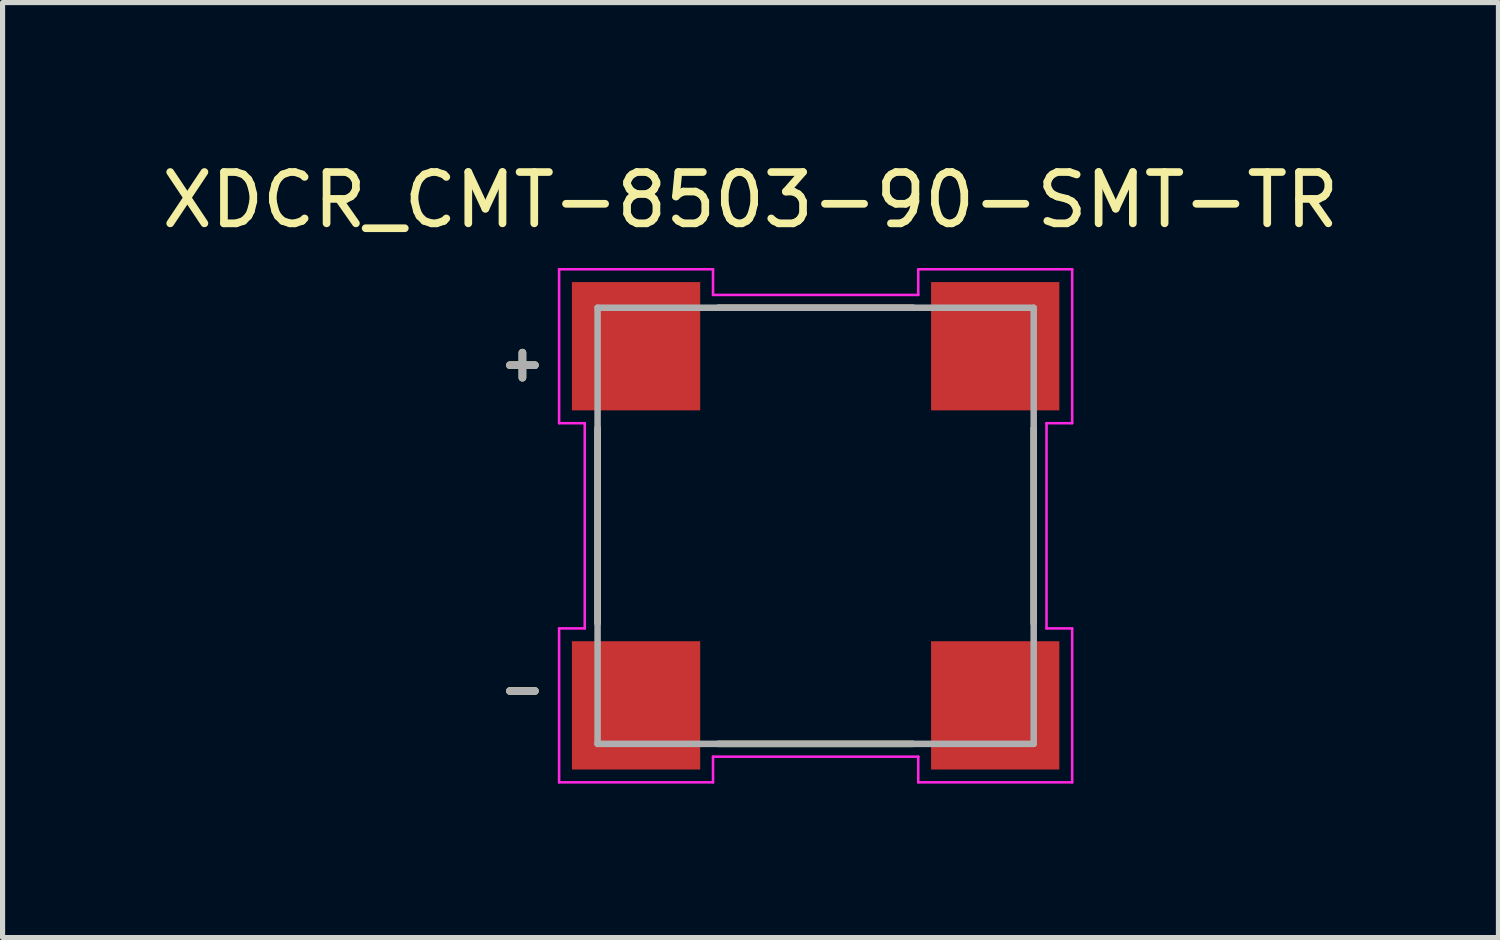
<source format=kicad_pcb>
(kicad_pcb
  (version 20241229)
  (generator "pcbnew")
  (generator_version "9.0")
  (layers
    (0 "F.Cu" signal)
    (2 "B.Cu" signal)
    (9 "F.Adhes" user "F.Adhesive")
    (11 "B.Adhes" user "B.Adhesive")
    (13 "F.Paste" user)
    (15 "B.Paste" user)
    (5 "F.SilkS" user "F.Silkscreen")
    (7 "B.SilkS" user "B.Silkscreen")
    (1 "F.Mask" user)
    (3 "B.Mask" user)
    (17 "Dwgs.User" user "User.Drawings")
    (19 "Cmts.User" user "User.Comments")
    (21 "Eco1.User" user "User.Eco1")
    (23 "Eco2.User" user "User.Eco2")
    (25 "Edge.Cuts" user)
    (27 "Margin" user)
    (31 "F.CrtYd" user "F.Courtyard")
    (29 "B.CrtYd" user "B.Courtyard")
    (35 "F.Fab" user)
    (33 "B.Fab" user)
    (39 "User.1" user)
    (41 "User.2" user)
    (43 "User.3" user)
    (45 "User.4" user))
  (footprint "XDCR_CMT-8503-90-SMT-TR"
    (layer "F.Cu")
    (at 12.847 7.198)
    (property "Reference" "XDCR_CMT-8503-90-SMT-TR" (at -1.27 -6.35 0) (layer "F.SilkS") (effects (font (size 1 1) (thickness 0.15))))
    (attr smd)
    (fp_line (start -4.25 -1.9) (end -4.25 1.9) (stroke (width 0.127) (type solid)) (layer "F.SilkS"))
    (fp_line (start -1.9 4.25) (end 1.9 4.25) (stroke (width 0.127) (type solid)) (layer "F.SilkS"))
    (fp_line (start 1.9 -4.25) (end -1.9 -4.25) (stroke (width 0.127) (type solid)) (layer "F.SilkS"))
    (fp_line (start 4.25 1.9) (end 4.25 -1.9) (stroke (width 0.127) (type solid)) (layer "F.SilkS"))
    (fp_line (start -5 -5) (end -2 -5) (stroke (width 0.05) (type solid)) (layer "F.CrtYd"))
    (fp_line (start -5 -2) (end -5 -5) (stroke (width 0.05) (type solid)) (layer "F.CrtYd"))
    (fp_line (start -5 2) (end -4.5 2) (stroke (width 0.05) (type solid)) (layer "F.CrtYd"))
    (fp_line (start -5 5) (end -5 2) (stroke (width 0.05) (type solid)) (layer "F.CrtYd"))
    (fp_line (start -4.5 -2) (end -5 -2) (stroke (width 0.05) (type solid)) (layer "F.CrtYd"))
    (fp_line (start -4.5 2) (end -4.5 -2) (stroke (width 0.05) (type solid)) (layer "F.CrtYd"))
    (fp_line (start -2 -5) (end -2 -4.5) (stroke (width 0.05) (type solid)) (layer "F.CrtYd"))
    (fp_line (start -2 -4.5) (end 2 -4.5) (stroke (width 0.05) (type solid)) (layer "F.CrtYd"))
    (fp_line (start -2 4.5) (end -2 5) (stroke (width 0.05) (type solid)) (layer "F.CrtYd"))
    (fp_line (start -2 5) (end -5 5) (stroke (width 0.05) (type solid)) (layer "F.CrtYd"))
    (fp_line (start 2 -5) (end 5 -5) (stroke (width 0.05) (type solid)) (layer "F.CrtYd"))
    (fp_line (start 2 -4.5) (end 2 -5) (stroke (width 0.05) (type solid)) (layer "F.CrtYd"))
    (fp_line (start 2 4.5) (end -2 4.5) (stroke (width 0.05) (type solid)) (layer "F.CrtYd"))
    (fp_line (start 2 5) (end 2 4.5) (stroke (width 0.05) (type solid)) (layer "F.CrtYd"))
    (fp_line (start 4.5 -2) (end 4.5 2) (stroke (width 0.05) (type solid)) (layer "F.CrtYd"))
    (fp_line (start 4.5 2) (end 5 2) (stroke (width 0.05) (type solid)) (layer "F.CrtYd"))
    (fp_line (start 5 -5) (end 5 -2) (stroke (width 0.05) (type solid)) (layer "F.CrtYd"))
    (fp_line (start 5 -2) (end 4.5 -2) (stroke (width 0.05) (type solid)) (layer "F.CrtYd"))
    (fp_line (start 5 2) (end 5 5) (stroke (width 0.05) (type solid)) (layer "F.CrtYd"))
    (fp_line (start 5 5) (end 2 5) (stroke (width 0.05) (type solid)) (layer "F.CrtYd"))
    (fp_line (start -4.25 -4.25) (end -4.25 4.25) (stroke (width 0.127) (type solid)) (layer "F.Fab"))
    (fp_line (start -4.25 4.25) (end 4.25 4.25) (stroke (width 0.127) (type solid)) (layer "F.Fab"))
    (fp_line (start 4.25 -4.25) (end -4.25 -4.25) (stroke (width 0.127) (type solid)) (layer "F.Fab"))
    (fp_line (start 4.25 4.25) (end 4.25 -4.25) (stroke (width 0.127) (type solid)) (layer "F.Fab"))
    (fp_text user "-" (at -5.715 3.175 0) (layer "F.SilkS") (effects (font (size 0.64 0.64) (thickness 0.15))))
    (fp_text user "+" (at -5.715 -3.175 0) (layer "F.SilkS") (effects (font (size 0.64 0.64) (thickness 0.15))))
    (fp_text user "-" (at -5.715 3.175 0) (layer "F.Fab") (effects (font (size 0.64 0.64) (thickness 0.15))))
    (fp_text user "+" (at -5.715 -3.175 0) (layer "F.Fab") (effects (font (size 0.64 0.64) (thickness 0.15))))
    (pad "1" smd rect (at 3.5 -3.5) (size 2.5 2.5) (layers "F.Cu" "F.Mask" "F.Paste"))
    (pad "2" smd rect (at 3.5 3.5) (size 2.5 2.5) (layers "F.Cu" "F.Mask" "F.Paste"))
    (pad "N" smd rect (at -3.5 3.5) (size 2.5 2.5) (layers "F.Cu" "F.Mask" "F.Paste"))
    (pad "P" smd rect (at -3.5 -3.5) (size 2.5 2.5) (layers "F.Cu" "F.Mask" "F.Paste")))
  (gr_rect
    (start -3 -3)
    (end 26.155 15.223)
    (stroke (width 0.1) (type default))
    (fill no)
    (layer "Edge.Cuts")))
</source>
